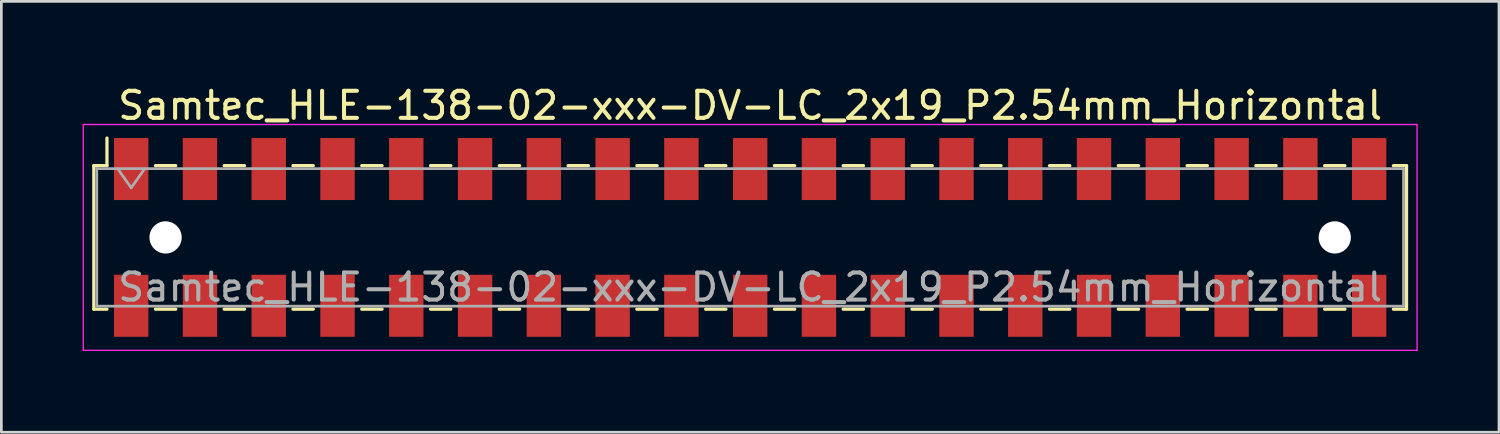
<source format=kicad_pcb>
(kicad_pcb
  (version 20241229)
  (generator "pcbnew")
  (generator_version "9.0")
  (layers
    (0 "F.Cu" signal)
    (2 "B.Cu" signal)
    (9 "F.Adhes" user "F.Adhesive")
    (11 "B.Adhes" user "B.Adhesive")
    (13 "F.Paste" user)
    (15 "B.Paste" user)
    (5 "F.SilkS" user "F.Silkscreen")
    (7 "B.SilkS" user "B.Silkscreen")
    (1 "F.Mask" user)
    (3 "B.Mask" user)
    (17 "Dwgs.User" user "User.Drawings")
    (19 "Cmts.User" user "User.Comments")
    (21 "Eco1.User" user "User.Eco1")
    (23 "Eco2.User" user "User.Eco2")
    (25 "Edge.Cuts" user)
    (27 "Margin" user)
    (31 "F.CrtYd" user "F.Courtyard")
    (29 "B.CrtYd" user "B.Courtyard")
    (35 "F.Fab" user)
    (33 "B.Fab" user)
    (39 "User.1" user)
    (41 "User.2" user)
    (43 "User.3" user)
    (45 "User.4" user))
  (footprint "Samtec_HLE-138-02-xxx-DV-LC_2x19_P2.54mm_Horizontal"
    (layer "F.Cu")
    (at 24.655 5.718)
    (property "Reference" "Samtec_HLE-138-02-xxx-DV-LC_2x19_P2.54mm_Horizontal" (at 0 -4.87 0) (layer "F.SilkS") (effects (font (size 1 1) (thickness 0.15))))
    (attr smd)
    (fp_line (start -24.24 -2.65) (end -24.24 2.65) (stroke (width 0.12) (type solid)) (layer "F.SilkS"))
    (fp_line (start -24.24 2.65) (end -23.755 2.65) (stroke (width 0.12) (type solid)) (layer "F.SilkS"))
    (fp_line (start -23.755 -3.67) (end -23.755 -2.65) (stroke (width 0.12) (type solid)) (layer "F.SilkS"))
    (fp_line (start -23.755 -2.65) (end -24.24 -2.65) (stroke (width 0.12) (type solid)) (layer "F.SilkS"))
    (fp_line (start -21.965 -2.65) (end -21.215 -2.65) (stroke (width 0.12) (type solid)) (layer "F.SilkS"))
    (fp_line (start -21.965 2.65) (end -21.215 2.65) (stroke (width 0.12) (type solid)) (layer "F.SilkS"))
    (fp_line (start -19.425 -2.65) (end -18.675 -2.65) (stroke (width 0.12) (type solid)) (layer "F.SilkS"))
    (fp_line (start -19.425 2.65) (end -18.675 2.65) (stroke (width 0.12) (type solid)) (layer "F.SilkS"))
    (fp_line (start -16.885 -2.65) (end -16.135 -2.65) (stroke (width 0.12) (type solid)) (layer "F.SilkS"))
    (fp_line (start -16.885 2.65) (end -16.135 2.65) (stroke (width 0.12) (type solid)) (layer "F.SilkS"))
    (fp_line (start -14.345 -2.65) (end -13.595 -2.65) (stroke (width 0.12) (type solid)) (layer "F.SilkS"))
    (fp_line (start -14.345 2.65) (end -13.595 2.65) (stroke (width 0.12) (type solid)) (layer "F.SilkS"))
    (fp_line (start -11.805 -2.65) (end -11.055 -2.65) (stroke (width 0.12) (type solid)) (layer "F.SilkS"))
    (fp_line (start -11.805 2.65) (end -11.055 2.65) (stroke (width 0.12) (type solid)) (layer "F.SilkS"))
    (fp_line (start -9.265 -2.65) (end -8.515 -2.65) (stroke (width 0.12) (type solid)) (layer "F.SilkS"))
    (fp_line (start -9.265 2.65) (end -8.515 2.65) (stroke (width 0.12) (type solid)) (layer "F.SilkS"))
    (fp_line (start -6.725 -2.65) (end -5.975 -2.65) (stroke (width 0.12) (type solid)) (layer "F.SilkS"))
    (fp_line (start -6.725 2.65) (end -5.975 2.65) (stroke (width 0.12) (type solid)) (layer "F.SilkS"))
    (fp_line (start -4.185 -2.65) (end -3.435 -2.65) (stroke (width 0.12) (type solid)) (layer "F.SilkS"))
    (fp_line (start -4.185 2.65) (end -3.435 2.65) (stroke (width 0.12) (type solid)) (layer "F.SilkS"))
    (fp_line (start -1.645 -2.65) (end -0.895 -2.65) (stroke (width 0.12) (type solid)) (layer "F.SilkS"))
    (fp_line (start -1.645 2.65) (end -0.895 2.65) (stroke (width 0.12) (type solid)) (layer "F.SilkS"))
    (fp_line (start 0.895 -2.65) (end 1.645 -2.65) (stroke (width 0.12) (type solid)) (layer "F.SilkS"))
    (fp_line (start 0.895 2.65) (end 1.645 2.65) (stroke (width 0.12) (type solid)) (layer "F.SilkS"))
    (fp_line (start 3.435 -2.65) (end 4.185 -2.65) (stroke (width 0.12) (type solid)) (layer "F.SilkS"))
    (fp_line (start 3.435 2.65) (end 4.185 2.65) (stroke (width 0.12) (type solid)) (layer "F.SilkS"))
    (fp_line (start 5.975 -2.65) (end 6.725 -2.65) (stroke (width 0.12) (type solid)) (layer "F.SilkS"))
    (fp_line (start 5.975 2.65) (end 6.725 2.65) (stroke (width 0.12) (type solid)) (layer "F.SilkS"))
    (fp_line (start 8.515 -2.65) (end 9.265 -2.65) (stroke (width 0.12) (type solid)) (layer "F.SilkS"))
    (fp_line (start 8.515 2.65) (end 9.265 2.65) (stroke (width 0.12) (type solid)) (layer "F.SilkS"))
    (fp_line (start 11.055 -2.65) (end 11.805 -2.65) (stroke (width 0.12) (type solid)) (layer "F.SilkS"))
    (fp_line (start 11.055 2.65) (end 11.805 2.65) (stroke (width 0.12) (type solid)) (layer "F.SilkS"))
    (fp_line (start 13.595 -2.65) (end 14.345 -2.65) (stroke (width 0.12) (type solid)) (layer "F.SilkS"))
    (fp_line (start 13.595 2.65) (end 14.345 2.65) (stroke (width 0.12) (type solid)) (layer "F.SilkS"))
    (fp_line (start 16.135 -2.65) (end 16.885 -2.65) (stroke (width 0.12) (type solid)) (layer "F.SilkS"))
    (fp_line (start 16.135 2.65) (end 16.885 2.65) (stroke (width 0.12) (type solid)) (layer "F.SilkS"))
    (fp_line (start 18.675 -2.65) (end 19.425 -2.65) (stroke (width 0.12) (type solid)) (layer "F.SilkS"))
    (fp_line (start 18.675 2.65) (end 19.425 2.65) (stroke (width 0.12) (type solid)) (layer "F.SilkS"))
    (fp_line (start 21.215 -2.65) (end 21.965 -2.65) (stroke (width 0.12) (type solid)) (layer "F.SilkS"))
    (fp_line (start 21.215 2.65) (end 21.965 2.65) (stroke (width 0.12) (type solid)) (layer "F.SilkS"))
    (fp_line (start 23.755 -2.65) (end 24.24 -2.65) (stroke (width 0.12) (type solid)) (layer "F.SilkS"))
    (fp_line (start 24.24 -2.65) (end 24.24 2.65) (stroke (width 0.12) (type solid)) (layer "F.SilkS"))
    (fp_line (start 24.24 2.65) (end 23.755 2.65) (stroke (width 0.12) (type solid)) (layer "F.SilkS"))
    (fp_line (start -24.63 -4.17) (end 24.63 -4.17) (stroke (width 0.05) (type solid)) (layer "F.CrtYd"))
    (fp_line (start -24.63 4.17) (end -24.63 -4.17) (stroke (width 0.05) (type solid)) (layer "F.CrtYd"))
    (fp_line (start 24.63 -4.17) (end 24.63 4.17) (stroke (width 0.05) (type solid)) (layer "F.CrtYd"))
    (fp_line (start 24.63 4.17) (end -24.63 4.17) (stroke (width 0.05) (type solid)) (layer "F.CrtYd"))
    (fp_line (start -24.13 -2.54) (end 24.13 -2.54) (stroke (width 0.1) (type solid)) (layer "F.Fab"))
    (fp_line (start -24.13 2.54) (end -24.13 -2.54) (stroke (width 0.1) (type solid)) (layer "F.Fab"))
    (fp_line (start -23.36 -2.54) (end -22.86 -1.833) (stroke (width 0.1) (type solid)) (layer "F.Fab"))
    (fp_line (start -22.86 -1.833) (end -22.36 -2.54) (stroke (width 0.1) (type solid)) (layer "F.Fab"))
    (fp_line (start 24.13 -2.54) (end 24.13 2.54) (stroke (width 0.1) (type solid)) (layer "F.Fab"))
    (fp_line (start 24.13 2.54) (end -24.13 2.54) (stroke (width 0.1) (type solid)) (layer "F.Fab"))
    (fp_text user "${REFERENCE}" (at 0 1.84 0) (layer "F.Fab") (effects (font (size 1 1) (thickness 0.15))))
    (pad "" np_thru_hole circle (at -21.59 0) (size 1.19 1.19) (drill 1.19) (layers "*.Cu" "*.Mask"))
    (pad "" np_thru_hole circle (at 21.59 0) (size 1.19 1.19) (drill 1.19) (layers "*.Cu" "*.Mask"))
    (pad "1" smd rect (at -22.86 -2.525) (size 1.27 2.29) (layers "F.Cu" "F.Mask" "F.Paste"))
    (pad "2" smd rect (at -22.86 2.525) (size 1.27 2.29) (layers "F.Cu" "F.Mask" "F.Paste"))
    (pad "3" smd rect (at -20.32 -2.525) (size 1.27 2.29) (layers "F.Cu" "F.Mask" "F.Paste"))
    (pad "4" smd rect (at -20.32 2.525) (size 1.27 2.29) (layers "F.Cu" "F.Mask" "F.Paste"))
    (pad "5" smd rect (at -17.78 -2.525) (size 1.27 2.29) (layers "F.Cu" "F.Mask" "F.Paste"))
    (pad "6" smd rect (at -17.78 2.525) (size 1.27 2.29) (layers "F.Cu" "F.Mask" "F.Paste"))
    (pad "7" smd rect (at -15.24 -2.525) (size 1.27 2.29) (layers "F.Cu" "F.Mask" "F.Paste"))
    (pad "8" smd rect (at -15.24 2.525) (size 1.27 2.29) (layers "F.Cu" "F.Mask" "F.Paste"))
    (pad "9" smd rect (at -12.7 -2.525) (size 1.27 2.29) (layers "F.Cu" "F.Mask" "F.Paste"))
    (pad "10" smd rect (at -12.7 2.525) (size 1.27 2.29) (layers "F.Cu" "F.Mask" "F.Paste"))
    (pad "11" smd rect (at -10.16 -2.525) (size 1.27 2.29) (layers "F.Cu" "F.Mask" "F.Paste"))
    (pad "12" smd rect (at -10.16 2.525) (size 1.27 2.29) (layers "F.Cu" "F.Mask" "F.Paste"))
    (pad "13" smd rect (at -7.62 -2.525) (size 1.27 2.29) (layers "F.Cu" "F.Mask" "F.Paste"))
    (pad "14" smd rect (at -7.62 2.525) (size 1.27 2.29) (layers "F.Cu" "F.Mask" "F.Paste"))
    (pad "15" smd rect (at -5.08 -2.525) (size 1.27 2.29) (layers "F.Cu" "F.Mask" "F.Paste"))
    (pad "16" smd rect (at -5.08 2.525) (size 1.27 2.29) (layers "F.Cu" "F.Mask" "F.Paste"))
    (pad "17" smd rect (at -2.54 -2.525) (size 1.27 2.29) (layers "F.Cu" "F.Mask" "F.Paste"))
    (pad "18" smd rect (at -2.54 2.525) (size 1.27 2.29) (layers "F.Cu" "F.Mask" "F.Paste"))
    (pad "19" smd rect (at 0 -2.525) (size 1.27 2.29) (layers "F.Cu" "F.Mask" "F.Paste"))
    (pad "20" smd rect (at 0 2.525) (size 1.27 2.29) (layers "F.Cu" "F.Mask" "F.Paste"))
    (pad "21" smd rect (at 2.54 -2.525) (size 1.27 2.29) (layers "F.Cu" "F.Mask" "F.Paste"))
    (pad "22" smd rect (at 2.54 2.525) (size 1.27 2.29) (layers "F.Cu" "F.Mask" "F.Paste"))
    (pad "23" smd rect (at 5.08 -2.525) (size 1.27 2.29) (layers "F.Cu" "F.Mask" "F.Paste"))
    (pad "24" smd rect (at 5.08 2.525) (size 1.27 2.29) (layers "F.Cu" "F.Mask" "F.Paste"))
    (pad "25" smd rect (at 7.62 -2.525) (size 1.27 2.29) (layers "F.Cu" "F.Mask" "F.Paste"))
    (pad "26" smd rect (at 7.62 2.525) (size 1.27 2.29) (layers "F.Cu" "F.Mask" "F.Paste"))
    (pad "27" smd rect (at 10.16 -2.525) (size 1.27 2.29) (layers "F.Cu" "F.Mask" "F.Paste"))
    (pad "28" smd rect (at 10.16 2.525) (size 1.27 2.29) (layers "F.Cu" "F.Mask" "F.Paste"))
    (pad "29" smd rect (at 12.7 -2.525) (size 1.27 2.29) (layers "F.Cu" "F.Mask" "F.Paste"))
    (pad "30" smd rect (at 12.7 2.525) (size 1.27 2.29) (layers "F.Cu" "F.Mask" "F.Paste"))
    (pad "31" smd rect (at 15.24 -2.525) (size 1.27 2.29) (layers "F.Cu" "F.Mask" "F.Paste"))
    (pad "32" smd rect (at 15.24 2.525) (size 1.27 2.29) (layers "F.Cu" "F.Mask" "F.Paste"))
    (pad "33" smd rect (at 17.78 -2.525) (size 1.27 2.29) (layers "F.Cu" "F.Mask" "F.Paste"))
    (pad "34" smd rect (at 17.78 2.525) (size 1.27 2.29) (layers "F.Cu" "F.Mask" "F.Paste"))
    (pad "35" smd rect (at 20.32 -2.525) (size 1.27 2.29) (layers "F.Cu" "F.Mask" "F.Paste"))
    (pad "36" smd rect (at 20.32 2.525) (size 1.27 2.29) (layers "F.Cu" "F.Mask" "F.Paste"))
    (pad "37" smd rect (at 22.86 -2.525) (size 1.27 2.29) (layers "F.Cu" "F.Mask" "F.Paste"))
    (pad "38" smd rect (at 22.86 2.525) (size 1.27 2.29) (layers "F.Cu" "F.Mask" "F.Paste")))
  (gr_rect
    (start -3 -3)
    (end 52.31 12.913)
    (stroke (width 0.1) (type default))
    (fill no)
    (layer "Edge.Cuts")))
</source>
